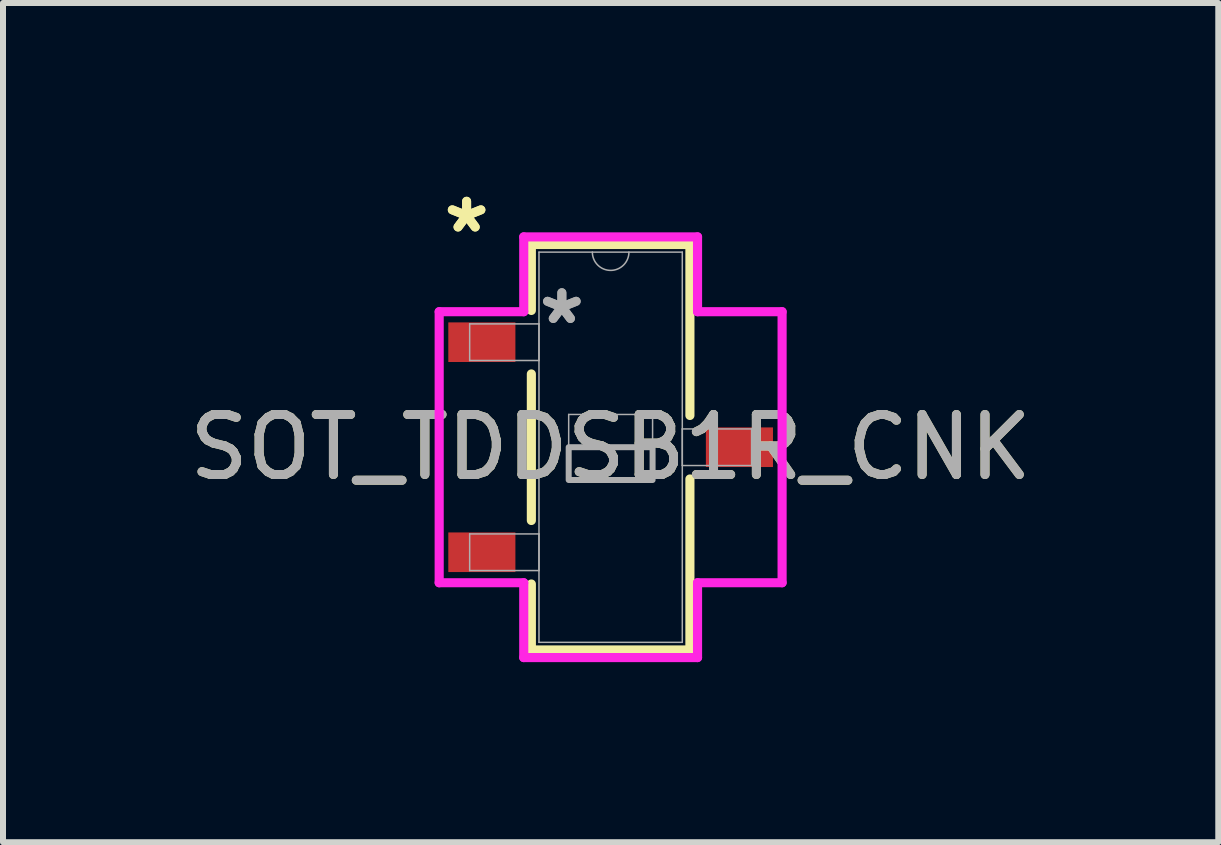
<source format=kicad_pcb>
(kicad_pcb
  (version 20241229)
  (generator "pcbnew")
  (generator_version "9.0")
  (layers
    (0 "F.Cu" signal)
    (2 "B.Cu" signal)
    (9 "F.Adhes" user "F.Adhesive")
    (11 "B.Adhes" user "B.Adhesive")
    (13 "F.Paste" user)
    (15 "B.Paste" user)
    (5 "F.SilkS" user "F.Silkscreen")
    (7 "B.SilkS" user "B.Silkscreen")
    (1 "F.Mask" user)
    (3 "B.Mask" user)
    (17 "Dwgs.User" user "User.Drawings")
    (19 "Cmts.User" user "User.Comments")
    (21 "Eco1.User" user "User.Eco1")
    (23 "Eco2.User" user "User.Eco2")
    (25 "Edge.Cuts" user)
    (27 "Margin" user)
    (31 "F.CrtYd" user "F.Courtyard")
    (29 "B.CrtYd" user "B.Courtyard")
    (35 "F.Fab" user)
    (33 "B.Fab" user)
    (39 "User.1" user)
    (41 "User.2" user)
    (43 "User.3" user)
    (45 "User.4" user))
  (footprint "SOT_TDDSB1R_CNK"
    (layer "F.Cu")
    (at 7.125 4.402)
    (property "Reference" "SOT_TDDSB1R_CNK" (at 0 0 0) (unlocked yes) (layer "F.SilkS") (effects (font (size 1 1) (thickness 0.15))))
    (attr smd)
    (fp_line (start -1.321 -3.378) (end -1.321 -2.279) (stroke (width 0.152) (type solid)) (layer "F.SilkS"))
    (fp_line (start -1.321 -1.221) (end -1.321 1.221) (stroke (width 0.152) (type solid)) (layer "F.SilkS"))
    (fp_line (start -1.321 2.279) (end -1.321 3.378) (stroke (width 0.152) (type solid)) (layer "F.SilkS"))
    (fp_line (start -1.321 3.378) (end 1.321 3.378) (stroke (width 0.152) (type solid)) (layer "F.SilkS"))
    (fp_line (start 1.321 -3.378) (end -1.321 -3.378) (stroke (width 0.152) (type solid)) (layer "F.SilkS"))
    (fp_line (start 1.321 -0.529) (end 1.321 -3.378) (stroke (width 0.152) (type solid)) (layer "F.SilkS"))
    (fp_line (start 1.321 3.378) (end 1.321 0.529) (stroke (width 0.152) (type solid)) (layer "F.SilkS"))
    (fp_line (start -2.857 -2.258) (end -1.448 -2.258) (stroke (width 0.152) (type solid)) (layer "F.CrtYd"))
    (fp_line (start -2.857 2.258) (end -2.857 -2.258) (stroke (width 0.152) (type solid)) (layer "F.CrtYd"))
    (fp_line (start -1.448 -3.505) (end 1.448 -3.505) (stroke (width 0.152) (type solid)) (layer "F.CrtYd"))
    (fp_line (start -1.448 -2.258) (end -1.448 -3.505) (stroke (width 0.152) (type solid)) (layer "F.CrtYd"))
    (fp_line (start -1.448 2.258) (end -2.857 2.258) (stroke (width 0.152) (type solid)) (layer "F.CrtYd"))
    (fp_line (start -1.448 3.505) (end -1.448 2.258) (stroke (width 0.152) (type solid)) (layer "F.CrtYd"))
    (fp_line (start 1.448 -3.505) (end 1.448 -2.258) (stroke (width 0.152) (type solid)) (layer "F.CrtYd"))
    (fp_line (start 1.448 -2.258) (end 2.857 -2.258) (stroke (width 0.152) (type solid)) (layer "F.CrtYd"))
    (fp_line (start 1.448 2.258) (end 1.448 3.505) (stroke (width 0.152) (type solid)) (layer "F.CrtYd"))
    (fp_line (start 1.448 3.505) (end -1.448 3.505) (stroke (width 0.152) (type solid)) (layer "F.CrtYd"))
    (fp_line (start 2.857 -2.258) (end 2.857 2.258) (stroke (width 0.152) (type solid)) (layer "F.CrtYd"))
    (fp_line (start 2.857 2.258) (end 1.448 2.258) (stroke (width 0.152) (type solid)) (layer "F.CrtYd"))
    (fp_line (start -2.349 -2.055) (end -2.349 -1.445) (stroke (width 0.025) (type solid)) (layer "F.Fab"))
    (fp_line (start -2.349 -1.445) (end -1.194 -1.445) (stroke (width 0.025) (type solid)) (layer "F.Fab"))
    (fp_line (start -2.349 1.445) (end -2.349 2.055) (stroke (width 0.025) (type solid)) (layer "F.Fab"))
    (fp_line (start -2.349 2.055) (end -1.194 2.055) (stroke (width 0.025) (type solid)) (layer "F.Fab"))
    (fp_line (start -1.194 -3.251) (end -1.194 3.251) (stroke (width 0.025) (type solid)) (layer "F.Fab"))
    (fp_line (start -1.194 -2.055) (end -2.349 -2.055) (stroke (width 0.025) (type solid)) (layer "F.Fab"))
    (fp_line (start -1.194 -1.445) (end -1.194 -2.055) (stroke (width 0.025) (type solid)) (layer "F.Fab"))
    (fp_line (start -1.194 1.445) (end -2.349 1.445) (stroke (width 0.025) (type solid)) (layer "F.Fab"))
    (fp_line (start -1.194 2.055) (end -1.194 1.445) (stroke (width 0.025) (type solid)) (layer "F.Fab"))
    (fp_line (start -1.194 3.251) (end 1.194 3.251) (stroke (width 0.025) (type solid)) (layer "F.Fab"))
    (fp_line (start -0.699 -0.546) (end 0.699 -0.546) (stroke (width 0.025) (type solid)) (layer "F.Fab"))
    (fp_line (start -0.699 0.546) (end -0.699 -0.546) (stroke (width 0.025) (type solid)) (layer "F.Fab"))
    (fp_line (start 0.699 -0.546) (end 0.699 0.546) (stroke (width 0.025) (type solid)) (layer "F.Fab"))
    (fp_line (start 0.699 0.546) (end -0.699 0.546) (stroke (width 0.025) (type solid)) (layer "F.Fab"))
    (fp_line (start 1.194 -3.251) (end -1.194 -3.251) (stroke (width 0.025) (type solid)) (layer "F.Fab"))
    (fp_line (start 1.194 -0.305) (end 1.194 0.305) (stroke (width 0.025) (type solid)) (layer "F.Fab"))
    (fp_line (start 1.194 0.305) (end 2.349 0.305) (stroke (width 0.025) (type solid)) (layer "F.Fab"))
    (fp_line (start 1.194 3.251) (end 1.194 -3.251) (stroke (width 0.025) (type solid)) (layer "F.Fab"))
    (fp_line (start 2.349 -0.305) (end 1.194 -0.305) (stroke (width 0.025) (type solid)) (layer "F.Fab"))
    (fp_line (start 2.349 0.305) (end 2.349 -0.305) (stroke (width 0.025) (type solid)) (layer "F.Fab"))
    (fp_arc (start 0.3048 -3.2512) (mid 0 -2.9464) (end -0.3048 -3.2512) (stroke (width 0.0254) (type solid)) (layer "F.Fab"))
    (fp_poly (pts (xy -0.699 0.546) (xy -0.699 0) (xy 0.699 0) (xy 0.699 0.546)) (stroke (width 0.1) (type solid)) (fill no) (layer "F.Fab"))
    (fp_text user "*" (at -2.4 -3.553 0) (layer "F.SilkS") (effects (font (size 1 1) (thickness 0.15))))
    (fp_text user "*" (at -2.4 -3.553 0) (unlocked yes) (layer "F.SilkS") (effects (font (size 1 1) (thickness 0.15))))
    (fp_text user "*" (at -0.813 -2.029 0) (layer "F.Fab") (effects (font (size 1 1) (thickness 0.15))))
    (fp_text user "*" (at -0.813 -2.029 0) (unlocked yes) (layer "F.Fab") (effects (font (size 1 1) (thickness 0.15))))
    (fp_text user "${REFERENCE}" (at 0 0 0) (unlocked yes) (layer "F.Fab") (effects (font (size 1 1) (thickness 0.15))))
    (pad "1" smd rect (at -2.146 -1.75) (size 1.118 0.66) (layers "F.Cu" "F.Mask" "F.Paste"))
    (pad "2" smd rect (at 2.146 0) (size 1.118 0.66) (layers "F.Cu" "F.Mask" "F.Paste"))
    (pad "3" smd rect (at -2.146 1.75) (size 1.118 0.66) (layers "F.Cu" "F.Mask" "F.Paste")))
  (gr_rect
    (start -3 -3)
    (end 17.25 10.983)
    (stroke (width 0.1) (type default))
    (fill no)
    (layer "Edge.Cuts")))
</source>
